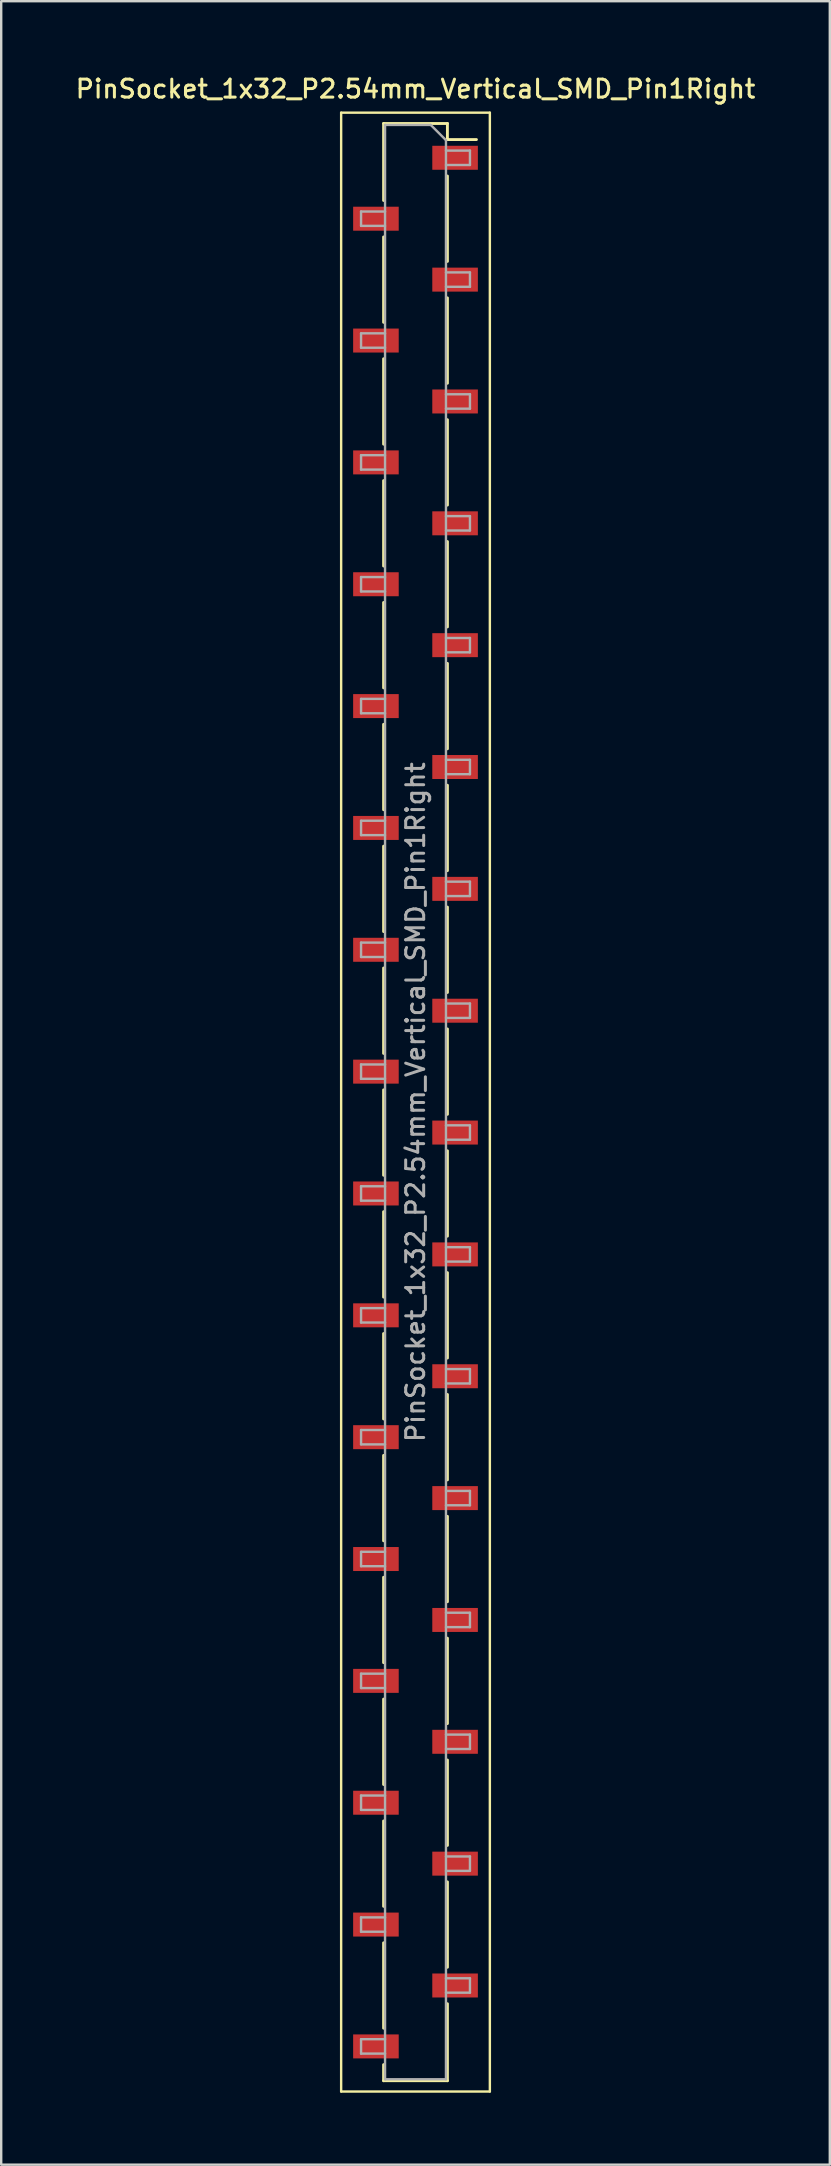
<source format=kicad_pcb>
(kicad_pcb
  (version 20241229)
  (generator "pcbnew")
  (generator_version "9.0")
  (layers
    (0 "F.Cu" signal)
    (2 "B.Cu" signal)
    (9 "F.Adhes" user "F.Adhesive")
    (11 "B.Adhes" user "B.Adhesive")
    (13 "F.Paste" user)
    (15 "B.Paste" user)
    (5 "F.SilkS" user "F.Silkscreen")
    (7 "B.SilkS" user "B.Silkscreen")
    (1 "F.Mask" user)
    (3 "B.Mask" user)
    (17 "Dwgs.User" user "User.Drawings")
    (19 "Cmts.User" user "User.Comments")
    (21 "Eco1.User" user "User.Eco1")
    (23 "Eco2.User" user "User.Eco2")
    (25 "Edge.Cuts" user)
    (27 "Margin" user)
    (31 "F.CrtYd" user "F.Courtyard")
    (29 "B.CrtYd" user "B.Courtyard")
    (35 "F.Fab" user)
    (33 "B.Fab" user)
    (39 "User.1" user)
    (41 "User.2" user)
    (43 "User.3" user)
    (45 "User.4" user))
  (footprint "PinSocket_1x32_P2.54mm_Vertical_SMD_Pin1Right"
    (layer "F.Cu")
    (at 14.273 42.898)
    (property "Reference" "PinSocket_1x32_P2.54mm_Vertical_SMD_Pin1Right" (at 0 -42.24 0) (layer "F.SilkS") (effects (font (size 0.75 0.75) (thickness 0.125))))
    (attr smd)
    (fp_line (start -3.1 -41.25) (end 3.1 -41.25) (stroke (width 0.1) (type solid)) (layer "F.SilkS"))
    (fp_line (start -3.1 41.25) (end -3.1 -41.25) (stroke (width 0.1) (type solid)) (layer "F.SilkS"))
    (fp_line (start -1.33 -40.8) (end -1.33 -37.59) (stroke (width 0.12) (type solid)) (layer "F.SilkS"))
    (fp_line (start -1.33 -40.8) (end 1.33 -40.8) (stroke (width 0.12) (type solid)) (layer "F.SilkS"))
    (fp_line (start -1.33 -36.07) (end -1.33 -32.51) (stroke (width 0.12) (type solid)) (layer "F.SilkS"))
    (fp_line (start -1.33 -30.99) (end -1.33 -27.43) (stroke (width 0.12) (type solid)) (layer "F.SilkS"))
    (fp_line (start -1.33 -25.91) (end -1.33 -22.35) (stroke (width 0.12) (type solid)) (layer "F.SilkS"))
    (fp_line (start -1.33 -20.83) (end -1.33 -17.27) (stroke (width 0.12) (type solid)) (layer "F.SilkS"))
    (fp_line (start -1.33 -15.75) (end -1.33 -12.19) (stroke (width 0.12) (type solid)) (layer "F.SilkS"))
    (fp_line (start -1.33 -10.67) (end -1.33 -7.11) (stroke (width 0.12) (type solid)) (layer "F.SilkS"))
    (fp_line (start -1.33 -5.59) (end -1.33 -2.03) (stroke (width 0.12) (type solid)) (layer "F.SilkS"))
    (fp_line (start -1.33 -0.51) (end -1.33 3.05) (stroke (width 0.12) (type solid)) (layer "F.SilkS"))
    (fp_line (start -1.33 4.57) (end -1.33 8.13) (stroke (width 0.12) (type solid)) (layer "F.SilkS"))
    (fp_line (start -1.33 9.65) (end -1.33 13.21) (stroke (width 0.12) (type solid)) (layer "F.SilkS"))
    (fp_line (start -1.33 14.73) (end -1.33 18.29) (stroke (width 0.12) (type solid)) (layer "F.SilkS"))
    (fp_line (start -1.33 19.81) (end -1.33 23.37) (stroke (width 0.12) (type solid)) (layer "F.SilkS"))
    (fp_line (start -1.33 24.89) (end -1.33 28.45) (stroke (width 0.12) (type solid)) (layer "F.SilkS"))
    (fp_line (start -1.33 29.97) (end -1.33 33.53) (stroke (width 0.12) (type solid)) (layer "F.SilkS"))
    (fp_line (start -1.33 35.05) (end -1.33 38.61) (stroke (width 0.12) (type solid)) (layer "F.SilkS"))
    (fp_line (start -1.33 40.13) (end -1.33 40.8) (stroke (width 0.12) (type solid)) (layer "F.SilkS"))
    (fp_line (start -1.33 40.8) (end 1.33 40.8) (stroke (width 0.12) (type solid)) (layer "F.SilkS"))
    (fp_line (start 1.33 -40.8) (end 1.33 -40.13) (stroke (width 0.12) (type solid)) (layer "F.SilkS"))
    (fp_line (start 1.33 -40.13) (end 2.54 -40.13) (stroke (width 0.12) (type solid)) (layer "F.SilkS"))
    (fp_line (start 1.33 -38.61) (end 1.33 -35.05) (stroke (width 0.12) (type solid)) (layer "F.SilkS"))
    (fp_line (start 1.33 -33.53) (end 1.33 -29.97) (stroke (width 0.12) (type solid)) (layer "F.SilkS"))
    (fp_line (start 1.33 -28.45) (end 1.33 -24.89) (stroke (width 0.12) (type solid)) (layer "F.SilkS"))
    (fp_line (start 1.33 -23.37) (end 1.33 -19.81) (stroke (width 0.12) (type solid)) (layer "F.SilkS"))
    (fp_line (start 1.33 -18.29) (end 1.33 -14.73) (stroke (width 0.12) (type solid)) (layer "F.SilkS"))
    (fp_line (start 1.33 -13.21) (end 1.33 -9.65) (stroke (width 0.12) (type solid)) (layer "F.SilkS"))
    (fp_line (start 1.33 -8.13) (end 1.33 -4.57) (stroke (width 0.12) (type solid)) (layer "F.SilkS"))
    (fp_line (start 1.33 -3.05) (end 1.33 0.51) (stroke (width 0.12) (type solid)) (layer "F.SilkS"))
    (fp_line (start 1.33 2.03) (end 1.33 5.59) (stroke (width 0.12) (type solid)) (layer "F.SilkS"))
    (fp_line (start 1.33 7.11) (end 1.33 10.67) (stroke (width 0.12) (type solid)) (layer "F.SilkS"))
    (fp_line (start 1.33 12.19) (end 1.33 15.75) (stroke (width 0.12) (type solid)) (layer "F.SilkS"))
    (fp_line (start 1.33 17.27) (end 1.33 20.83) (stroke (width 0.12) (type solid)) (layer "F.SilkS"))
    (fp_line (start 1.33 22.35) (end 1.33 25.91) (stroke (width 0.12) (type solid)) (layer "F.SilkS"))
    (fp_line (start 1.33 27.43) (end 1.33 30.99) (stroke (width 0.12) (type solid)) (layer "F.SilkS"))
    (fp_line (start 1.33 32.51) (end 1.33 36.07) (stroke (width 0.12) (type solid)) (layer "F.SilkS"))
    (fp_line (start 1.33 37.59) (end 1.33 40.8) (stroke (width 0.12) (type solid)) (layer "F.SilkS"))
    (fp_line (start 3.1 -41.25) (end 3.1 41.25) (stroke (width 0.1) (type solid)) (layer "F.SilkS"))
    (fp_line (start 3.1 41.25) (end -3.1 41.25) (stroke (width 0.1) (type solid)) (layer "F.SilkS"))
    (fp_line (start -2.27 -37.13) (end -1.27 -37.13) (stroke (width 0.1) (type solid)) (layer "F.Fab"))
    (fp_line (start -2.27 -36.53) (end -2.27 -37.13) (stroke (width 0.1) (type solid)) (layer "F.Fab"))
    (fp_line (start -2.27 -32.05) (end -1.27 -32.05) (stroke (width 0.1) (type solid)) (layer "F.Fab"))
    (fp_line (start -2.27 -31.45) (end -2.27 -32.05) (stroke (width 0.1) (type solid)) (layer "F.Fab"))
    (fp_line (start -2.27 -26.97) (end -1.27 -26.97) (stroke (width 0.1) (type solid)) (layer "F.Fab"))
    (fp_line (start -2.27 -26.37) (end -2.27 -26.97) (stroke (width 0.1) (type solid)) (layer "F.Fab"))
    (fp_line (start -2.27 -21.89) (end -1.27 -21.89) (stroke (width 0.1) (type solid)) (layer "F.Fab"))
    (fp_line (start -2.27 -21.29) (end -2.27 -21.89) (stroke (width 0.1) (type solid)) (layer "F.Fab"))
    (fp_line (start -2.27 -16.81) (end -1.27 -16.81) (stroke (width 0.1) (type solid)) (layer "F.Fab"))
    (fp_line (start -2.27 -16.21) (end -2.27 -16.81) (stroke (width 0.1) (type solid)) (layer "F.Fab"))
    (fp_line (start -2.27 -11.73) (end -1.27 -11.73) (stroke (width 0.1) (type solid)) (layer "F.Fab"))
    (fp_line (start -2.27 -11.13) (end -2.27 -11.73) (stroke (width 0.1) (type solid)) (layer "F.Fab"))
    (fp_line (start -2.27 -6.65) (end -1.27 -6.65) (stroke (width 0.1) (type solid)) (layer "F.Fab"))
    (fp_line (start -2.27 -6.05) (end -2.27 -6.65) (stroke (width 0.1) (type solid)) (layer "F.Fab"))
    (fp_line (start -2.27 -1.57) (end -1.27 -1.57) (stroke (width 0.1) (type solid)) (layer "F.Fab"))
    (fp_line (start -2.27 -0.97) (end -2.27 -1.57) (stroke (width 0.1) (type solid)) (layer "F.Fab"))
    (fp_line (start -2.27 3.51) (end -1.27 3.51) (stroke (width 0.1) (type solid)) (layer "F.Fab"))
    (fp_line (start -2.27 4.11) (end -2.27 3.51) (stroke (width 0.1) (type solid)) (layer "F.Fab"))
    (fp_line (start -2.27 8.59) (end -1.27 8.59) (stroke (width 0.1) (type solid)) (layer "F.Fab"))
    (fp_line (start -2.27 9.19) (end -2.27 8.59) (stroke (width 0.1) (type solid)) (layer "F.Fab"))
    (fp_line (start -2.27 13.67) (end -1.27 13.67) (stroke (width 0.1) (type solid)) (layer "F.Fab"))
    (fp_line (start -2.27 14.27) (end -2.27 13.67) (stroke (width 0.1) (type solid)) (layer "F.Fab"))
    (fp_line (start -2.27 18.75) (end -1.27 18.75) (stroke (width 0.1) (type solid)) (layer "F.Fab"))
    (fp_line (start -2.27 19.35) (end -2.27 18.75) (stroke (width 0.1) (type solid)) (layer "F.Fab"))
    (fp_line (start -2.27 23.83) (end -1.27 23.83) (stroke (width 0.1) (type solid)) (layer "F.Fab"))
    (fp_line (start -2.27 24.43) (end -2.27 23.83) (stroke (width 0.1) (type solid)) (layer "F.Fab"))
    (fp_line (start -2.27 28.91) (end -1.27 28.91) (stroke (width 0.1) (type solid)) (layer "F.Fab"))
    (fp_line (start -2.27 29.51) (end -2.27 28.91) (stroke (width 0.1) (type solid)) (layer "F.Fab"))
    (fp_line (start -2.27 33.99) (end -1.27 33.99) (stroke (width 0.1) (type solid)) (layer "F.Fab"))
    (fp_line (start -2.27 34.59) (end -2.27 33.99) (stroke (width 0.1) (type solid)) (layer "F.Fab"))
    (fp_line (start -2.27 39.07) (end -1.27 39.07) (stroke (width 0.1) (type solid)) (layer "F.Fab"))
    (fp_line (start -2.27 39.67) (end -2.27 39.07) (stroke (width 0.1) (type solid)) (layer "F.Fab"))
    (fp_line (start -1.27 -40.74) (end 0.635 -40.74) (stroke (width 0.1) (type solid)) (layer "F.Fab"))
    (fp_line (start -1.27 -36.53) (end -2.27 -36.53) (stroke (width 0.1) (type solid)) (layer "F.Fab"))
    (fp_line (start -1.27 -31.45) (end -2.27 -31.45) (stroke (width 0.1) (type solid)) (layer "F.Fab"))
    (fp_line (start -1.27 -26.37) (end -2.27 -26.37) (stroke (width 0.1) (type solid)) (layer "F.Fab"))
    (fp_line (start -1.27 -21.29) (end -2.27 -21.29) (stroke (width 0.1) (type solid)) (layer "F.Fab"))
    (fp_line (start -1.27 -16.21) (end -2.27 -16.21) (stroke (width 0.1) (type solid)) (layer "F.Fab"))
    (fp_line (start -1.27 -11.13) (end -2.27 -11.13) (stroke (width 0.1) (type solid)) (layer "F.Fab"))
    (fp_line (start -1.27 -6.05) (end -2.27 -6.05) (stroke (width 0.1) (type solid)) (layer "F.Fab"))
    (fp_line (start -1.27 -0.97) (end -2.27 -0.97) (stroke (width 0.1) (type solid)) (layer "F.Fab"))
    (fp_line (start -1.27 4.11) (end -2.27 4.11) (stroke (width 0.1) (type solid)) (layer "F.Fab"))
    (fp_line (start -1.27 9.19) (end -2.27 9.19) (stroke (width 0.1) (type solid)) (layer "F.Fab"))
    (fp_line (start -1.27 14.27) (end -2.27 14.27) (stroke (width 0.1) (type solid)) (layer "F.Fab"))
    (fp_line (start -1.27 19.35) (end -2.27 19.35) (stroke (width 0.1) (type solid)) (layer "F.Fab"))
    (fp_line (start -1.27 24.43) (end -2.27 24.43) (stroke (width 0.1) (type solid)) (layer "F.Fab"))
    (fp_line (start -1.27 29.51) (end -2.27 29.51) (stroke (width 0.1) (type solid)) (layer "F.Fab"))
    (fp_line (start -1.27 34.59) (end -2.27 34.59) (stroke (width 0.1) (type solid)) (layer "F.Fab"))
    (fp_line (start -1.27 39.67) (end -2.27 39.67) (stroke (width 0.1) (type solid)) (layer "F.Fab"))
    (fp_line (start -1.27 40.74) (end -1.27 -40.74) (stroke (width 0.1) (type solid)) (layer "F.Fab"))
    (fp_line (start 0.635 -40.74) (end 1.27 -40.105) (stroke (width 0.1) (type solid)) (layer "F.Fab"))
    (fp_line (start 1.27 -40.105) (end 1.27 40.74) (stroke (width 0.1) (type solid)) (layer "F.Fab"))
    (fp_line (start 1.27 -39.67) (end 2.27 -39.67) (stroke (width 0.1) (type solid)) (layer "F.Fab"))
    (fp_line (start 1.27 -34.59) (end 2.27 -34.59) (stroke (width 0.1) (type solid)) (layer "F.Fab"))
    (fp_line (start 1.27 -29.51) (end 2.27 -29.51) (stroke (width 0.1) (type solid)) (layer "F.Fab"))
    (fp_line (start 1.27 -24.43) (end 2.27 -24.43) (stroke (width 0.1) (type solid)) (layer "F.Fab"))
    (fp_line (start 1.27 -19.35) (end 2.27 -19.35) (stroke (width 0.1) (type solid)) (layer "F.Fab"))
    (fp_line (start 1.27 -14.27) (end 2.27 -14.27) (stroke (width 0.1) (type solid)) (layer "F.Fab"))
    (fp_line (start 1.27 -9.19) (end 2.27 -9.19) (stroke (width 0.1) (type solid)) (layer "F.Fab"))
    (fp_line (start 1.27 -4.11) (end 2.27 -4.11) (stroke (width 0.1) (type solid)) (layer "F.Fab"))
    (fp_line (start 1.27 0.97) (end 2.27 0.97) (stroke (width 0.1) (type solid)) (layer "F.Fab"))
    (fp_line (start 1.27 6.05) (end 2.27 6.05) (stroke (width 0.1) (type solid)) (layer "F.Fab"))
    (fp_line (start 1.27 11.13) (end 2.27 11.13) (stroke (width 0.1) (type solid)) (layer "F.Fab"))
    (fp_line (start 1.27 16.21) (end 2.27 16.21) (stroke (width 0.1) (type solid)) (layer "F.Fab"))
    (fp_line (start 1.27 21.29) (end 2.27 21.29) (stroke (width 0.1) (type solid)) (layer "F.Fab"))
    (fp_line (start 1.27 26.37) (end 2.27 26.37) (stroke (width 0.1) (type solid)) (layer "F.Fab"))
    (fp_line (start 1.27 31.45) (end 2.27 31.45) (stroke (width 0.1) (type solid)) (layer "F.Fab"))
    (fp_line (start 1.27 36.53) (end 2.27 36.53) (stroke (width 0.1) (type solid)) (layer "F.Fab"))
    (fp_line (start 1.27 40.74) (end -1.27 40.74) (stroke (width 0.1) (type solid)) (layer "F.Fab"))
    (fp_line (start 2.27 -39.67) (end 2.27 -39.07) (stroke (width 0.1) (type solid)) (layer "F.Fab"))
    (fp_line (start 2.27 -39.07) (end 1.27 -39.07) (stroke (width 0.1) (type solid)) (layer "F.Fab"))
    (fp_line (start 2.27 -34.59) (end 2.27 -33.99) (stroke (width 0.1) (type solid)) (layer "F.Fab"))
    (fp_line (start 2.27 -33.99) (end 1.27 -33.99) (stroke (width 0.1) (type solid)) (layer "F.Fab"))
    (fp_line (start 2.27 -29.51) (end 2.27 -28.91) (stroke (width 0.1) (type solid)) (layer "F.Fab"))
    (fp_line (start 2.27 -28.91) (end 1.27 -28.91) (stroke (width 0.1) (type solid)) (layer "F.Fab"))
    (fp_line (start 2.27 -24.43) (end 2.27 -23.83) (stroke (width 0.1) (type solid)) (layer "F.Fab"))
    (fp_line (start 2.27 -23.83) (end 1.27 -23.83) (stroke (width 0.1) (type solid)) (layer "F.Fab"))
    (fp_line (start 2.27 -19.35) (end 2.27 -18.75) (stroke (width 0.1) (type solid)) (layer "F.Fab"))
    (fp_line (start 2.27 -18.75) (end 1.27 -18.75) (stroke (width 0.1) (type solid)) (layer "F.Fab"))
    (fp_line (start 2.27 -14.27) (end 2.27 -13.67) (stroke (width 0.1) (type solid)) (layer "F.Fab"))
    (fp_line (start 2.27 -13.67) (end 1.27 -13.67) (stroke (width 0.1) (type solid)) (layer "F.Fab"))
    (fp_line (start 2.27 -9.19) (end 2.27 -8.59) (stroke (width 0.1) (type solid)) (layer "F.Fab"))
    (fp_line (start 2.27 -8.59) (end 1.27 -8.59) (stroke (width 0.1) (type solid)) (layer "F.Fab"))
    (fp_line (start 2.27 -4.11) (end 2.27 -3.51) (stroke (width 0.1) (type solid)) (layer "F.Fab"))
    (fp_line (start 2.27 -3.51) (end 1.27 -3.51) (stroke (width 0.1) (type solid)) (layer "F.Fab"))
    (fp_line (start 2.27 0.97) (end 2.27 1.57) (stroke (width 0.1) (type solid)) (layer "F.Fab"))
    (fp_line (start 2.27 1.57) (end 1.27 1.57) (stroke (width 0.1) (type solid)) (layer "F.Fab"))
    (fp_line (start 2.27 6.05) (end 2.27 6.65) (stroke (width 0.1) (type solid)) (layer "F.Fab"))
    (fp_line (start 2.27 6.65) (end 1.27 6.65) (stroke (width 0.1) (type solid)) (layer "F.Fab"))
    (fp_line (start 2.27 11.13) (end 2.27 11.73) (stroke (width 0.1) (type solid)) (layer "F.Fab"))
    (fp_line (start 2.27 11.73) (end 1.27 11.73) (stroke (width 0.1) (type solid)) (layer "F.Fab"))
    (fp_line (start 2.27 16.21) (end 2.27 16.81) (stroke (width 0.1) (type solid)) (layer "F.Fab"))
    (fp_line (start 2.27 16.81) (end 1.27 16.81) (stroke (width 0.1) (type solid)) (layer "F.Fab"))
    (fp_line (start 2.27 21.29) (end 2.27 21.89) (stroke (width 0.1) (type solid)) (layer "F.Fab"))
    (fp_line (start 2.27 21.89) (end 1.27 21.89) (stroke (width 0.1) (type solid)) (layer "F.Fab"))
    (fp_line (start 2.27 26.37) (end 2.27 26.97) (stroke (width 0.1) (type solid)) (layer "F.Fab"))
    (fp_line (start 2.27 26.97) (end 1.27 26.97) (stroke (width 0.1) (type solid)) (layer "F.Fab"))
    (fp_line (start 2.27 31.45) (end 2.27 32.05) (stroke (width 0.1) (type solid)) (layer "F.Fab"))
    (fp_line (start 2.27 32.05) (end 1.27 32.05) (stroke (width 0.1) (type solid)) (layer "F.Fab"))
    (fp_line (start 2.27 36.53) (end 2.27 37.13) (stroke (width 0.1) (type solid)) (layer "F.Fab"))
    (fp_line (start 2.27 37.13) (end 1.27 37.13) (stroke (width 0.1) (type solid)) (layer "F.Fab"))
    (fp_text user "${REFERENCE}" (at 0 0 90) (layer "F.Fab") (effects (font (size 0.75 0.75) (thickness 0.125))))
    (pad "1" smd rect (at 1.65 -39.37) (size 1.9 1) (layers "F.Cu" "F.Mask" "F.Paste"))
    (pad "2" smd rect (at -1.65 -36.83) (size 1.9 1) (layers "F.Cu" "F.Mask" "F.Paste"))
    (pad "3" smd rect (at 1.65 -34.29) (size 1.9 1) (layers "F.Cu" "F.Mask" "F.Paste"))
    (pad "4" smd rect (at -1.65 -31.75) (size 1.9 1) (layers "F.Cu" "F.Mask" "F.Paste"))
    (pad "5" smd rect (at 1.65 -29.21) (size 1.9 1) (layers "F.Cu" "F.Mask" "F.Paste"))
    (pad "6" smd rect (at -1.65 -26.67) (size 1.9 1) (layers "F.Cu" "F.Mask" "F.Paste"))
    (pad "7" smd rect (at 1.65 -24.13) (size 1.9 1) (layers "F.Cu" "F.Mask" "F.Paste"))
    (pad "8" smd rect (at -1.65 -21.59) (size 1.9 1) (layers "F.Cu" "F.Mask" "F.Paste"))
    (pad "9" smd rect (at 1.65 -19.05) (size 1.9 1) (layers "F.Cu" "F.Mask" "F.Paste"))
    (pad "10" smd rect (at -1.65 -16.51) (size 1.9 1) (layers "F.Cu" "F.Mask" "F.Paste"))
    (pad "11" smd rect (at 1.65 -13.97) (size 1.9 1) (layers "F.Cu" "F.Mask" "F.Paste"))
    (pad "12" smd rect (at -1.65 -11.43) (size 1.9 1) (layers "F.Cu" "F.Mask" "F.Paste"))
    (pad "13" smd rect (at 1.65 -8.89) (size 1.9 1) (layers "F.Cu" "F.Mask" "F.Paste"))
    (pad "14" smd rect (at -1.65 -6.35) (size 1.9 1) (layers "F.Cu" "F.Mask" "F.Paste"))
    (pad "15" smd rect (at 1.65 -3.81) (size 1.9 1) (layers "F.Cu" "F.Mask" "F.Paste"))
    (pad "16" smd rect (at -1.65 -1.27) (size 1.9 1) (layers "F.Cu" "F.Mask" "F.Paste"))
    (pad "17" smd rect (at 1.65 1.27) (size 1.9 1) (layers "F.Cu" "F.Mask" "F.Paste"))
    (pad "18" smd rect (at -1.65 3.81) (size 1.9 1) (layers "F.Cu" "F.Mask" "F.Paste"))
    (pad "19" smd rect (at 1.65 6.35) (size 1.9 1) (layers "F.Cu" "F.Mask" "F.Paste"))
    (pad "20" smd rect (at -1.65 8.89) (size 1.9 1) (layers "F.Cu" "F.Mask" "F.Paste"))
    (pad "21" smd rect (at 1.65 11.43) (size 1.9 1) (layers "F.Cu" "F.Mask" "F.Paste"))
    (pad "22" smd rect (at -1.65 13.97) (size 1.9 1) (layers "F.Cu" "F.Mask" "F.Paste"))
    (pad "23" smd rect (at 1.65 16.51) (size 1.9 1) (layers "F.Cu" "F.Mask" "F.Paste"))
    (pad "24" smd rect (at -1.65 19.05) (size 1.9 1) (layers "F.Cu" "F.Mask" "F.Paste"))
    (pad "25" smd rect (at 1.65 21.59) (size 1.9 1) (layers "F.Cu" "F.Mask" "F.Paste"))
    (pad "26" smd rect (at -1.65 24.13) (size 1.9 1) (layers "F.Cu" "F.Mask" "F.Paste"))
    (pad "27" smd rect (at 1.65 26.67) (size 1.9 1) (layers "F.Cu" "F.Mask" "F.Paste"))
    (pad "28" smd rect (at -1.65 29.21) (size 1.9 1) (layers "F.Cu" "F.Mask" "F.Paste"))
    (pad "29" smd rect (at 1.65 31.75) (size 1.9 1) (layers "F.Cu" "F.Mask" "F.Paste"))
    (pad "30" smd rect (at -1.65 34.29) (size 1.9 1) (layers "F.Cu" "F.Mask" "F.Paste"))
    (pad "31" smd rect (at 1.65 36.83) (size 1.9 1) (layers "F.Cu" "F.Mask" "F.Paste"))
    (pad "32" smd rect (at -1.65 39.37) (size 1.9 1) (layers "F.Cu" "F.Mask" "F.Paste")))
  (gr_rect
    (start -3 -3)
    (end 31.546 87.198)
    (stroke (width 0.1) (type default))
    (fill no)
    (layer "Edge.Cuts")))
</source>
